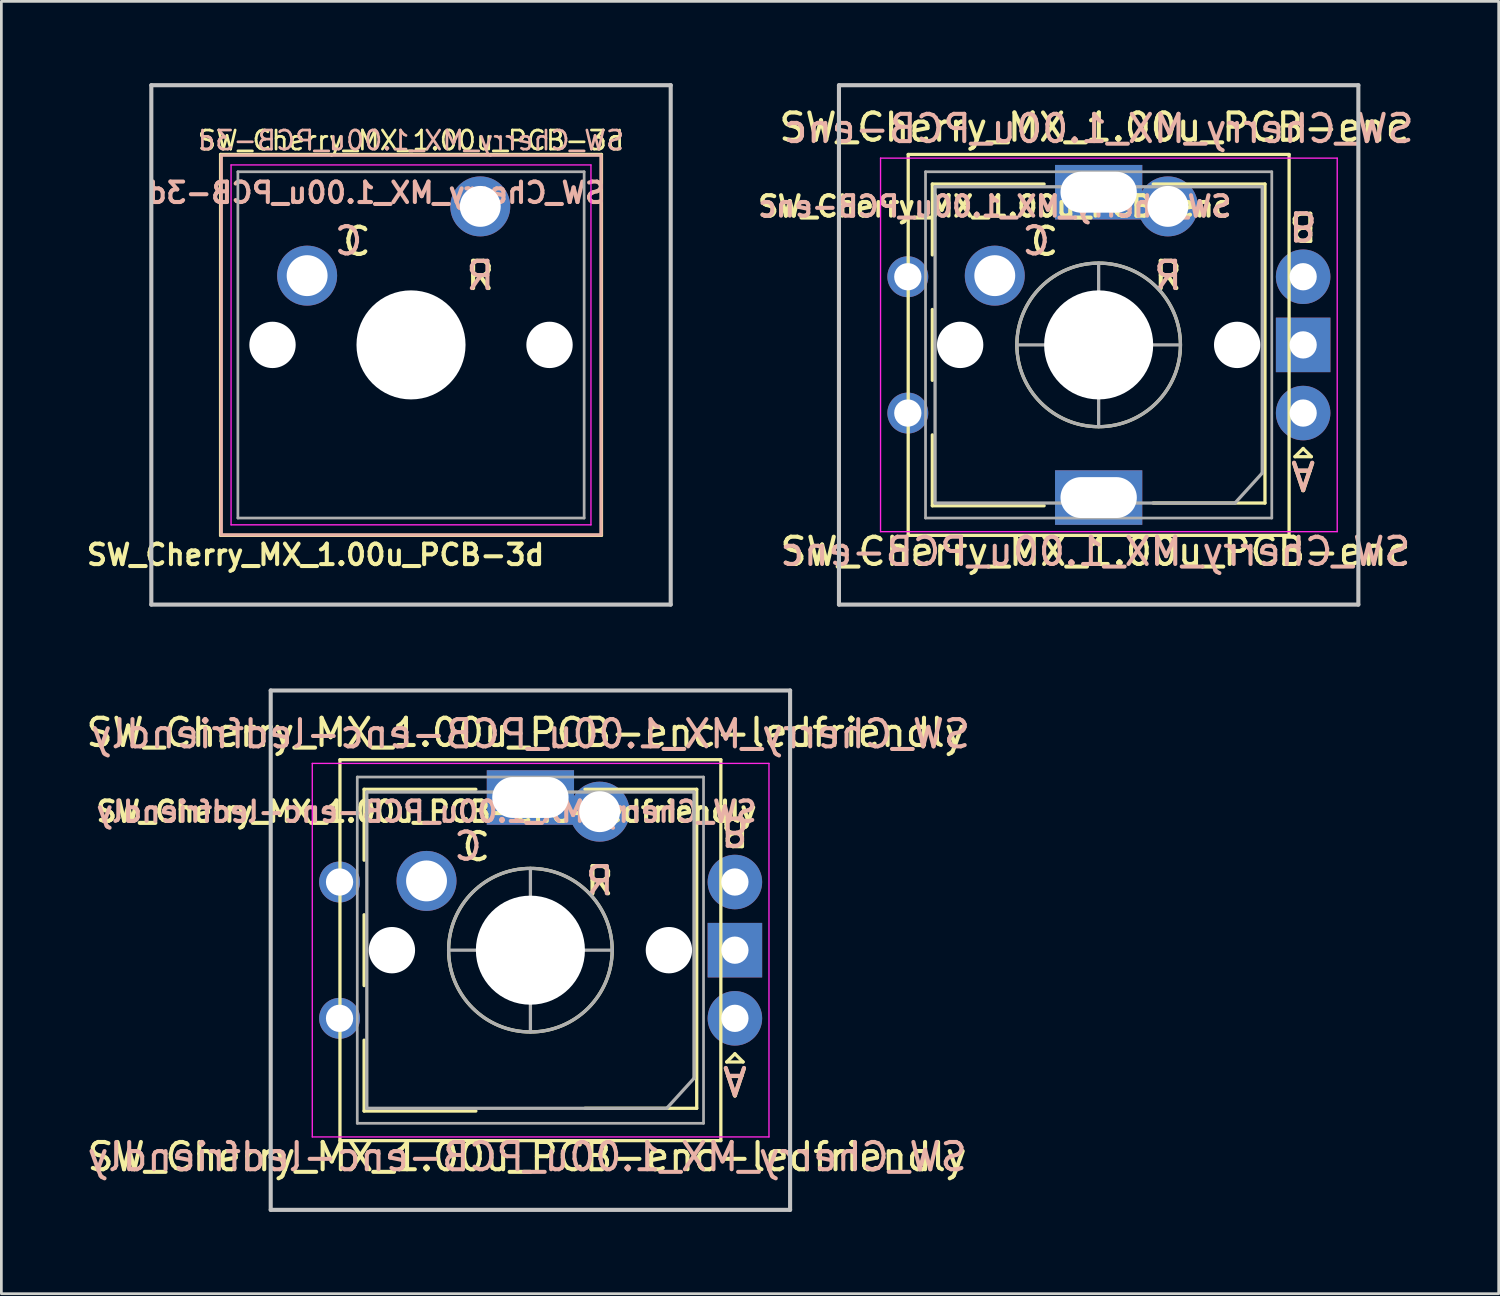
<source format=kicad_pcb>
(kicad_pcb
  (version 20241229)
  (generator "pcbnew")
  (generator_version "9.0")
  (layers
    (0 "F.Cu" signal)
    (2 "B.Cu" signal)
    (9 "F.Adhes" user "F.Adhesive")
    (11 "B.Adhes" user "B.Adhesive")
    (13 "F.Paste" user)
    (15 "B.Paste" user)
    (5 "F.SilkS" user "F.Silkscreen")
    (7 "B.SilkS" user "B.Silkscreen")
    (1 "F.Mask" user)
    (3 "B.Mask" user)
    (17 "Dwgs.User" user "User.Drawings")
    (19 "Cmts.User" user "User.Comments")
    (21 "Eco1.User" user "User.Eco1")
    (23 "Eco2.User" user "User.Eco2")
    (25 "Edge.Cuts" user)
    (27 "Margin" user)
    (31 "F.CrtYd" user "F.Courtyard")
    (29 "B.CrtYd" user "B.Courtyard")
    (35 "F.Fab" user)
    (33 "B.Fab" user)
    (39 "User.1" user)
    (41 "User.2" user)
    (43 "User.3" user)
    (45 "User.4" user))
  (footprint "SW_Cherry_MX_1.00u_PCB-enc-ledfriendly"
    (layer "F.Cu")
    (at 16.404 31.8)
    (property "Reference" "SW_Cherry_MX_1.00u_PCB-enc-ledfriendly" (at -0.16 -7.98 0) (layer "F.SilkS") (effects (font (size 1 1) (thickness 0.15))))
    (property "Value" "${REFERENCE}" (at 0 7.874 0) (layer "F.Fab") (hide yes) (effects (font (size 1 1) (thickness 0.15))))
    (attr through_hole)
    (fp_line (start -6.985 -6.985) (end 6.985 -6.985) (stroke (width 0.12) (type solid)) (layer "F.SilkS"))
    (fp_line (start -6.985 6.985) (end -6.985 -6.985) (stroke (width 0.12) (type solid)) (layer "F.SilkS"))
    (fp_line (start -6.1 -5.9) (end -2 -5.9) (stroke (width 0.12) (type solid)) (layer "F.SilkS"))
    (fp_line (start -6.1 -3.3) (end -6.1 -5.9) (stroke (width 0.12) (type solid)) (layer "F.SilkS"))
    (fp_line (start -6.1 1.3) (end -6.1 -1.3) (stroke (width 0.12) (type solid)) (layer "F.SilkS"))
    (fp_line (start -6.1 5.9) (end -6.1 3.3) (stroke (width 0.12) (type solid)) (layer "F.SilkS"))
    (fp_line (start -2 5.9) (end -6.1 5.9) (stroke (width 0.12) (type solid)) (layer "F.SilkS"))
    (fp_line (start 0 0.5) (end 0 -0.5) (stroke (width 0.12) (type solid)) (layer "F.SilkS"))
    (fp_line (start 0.5 0) (end -0.5 0) (stroke (width 0.12) (type solid)) (layer "F.SilkS"))
    (fp_line (start 2 -5.9) (end 6.1 -5.9) (stroke (width 0.12) (type solid)) (layer "F.SilkS"))
    (fp_line (start 2 5.8) (end 6.1 5.8) (stroke (width 0.12) (type solid)) (layer "F.SilkS"))
    (fp_line (start 6.1 5.8) (end 6.1 -5.9) (stroke (width 0.12) (type solid)) (layer "F.SilkS"))
    (fp_line (start 6.985 -6.985) (end 6.985 6.985) (stroke (width 0.12) (type solid)) (layer "F.SilkS"))
    (fp_line (start 6.985 6.985) (end -6.985 6.985) (stroke (width 0.12) (type solid)) (layer "F.SilkS"))
    (fp_line (start 7.2 4.1) (end 7.5 3.8) (stroke (width 0.12) (type solid)) (layer "F.SilkS"))
    (fp_line (start 7.5 3.8) (end 7.8 4.1) (stroke (width 0.12) (type solid)) (layer "F.SilkS"))
    (fp_line (start 7.8 4.1) (end 7.2 4.1) (stroke (width 0.12) (type solid)) (layer "F.SilkS"))
    (fp_circle (center 0 0) (end -3 0) (stroke (width 0.12) (type solid)) (fill no) (layer "F.SilkS"))
    (fp_line (start -9.525 -9.525) (end 9.525 -9.525) (stroke (width 0.15) (type solid)) (layer "Dwgs.User"))
    (fp_line (start -9.525 9.525) (end -9.525 -9.525) (stroke (width 0.15) (type solid)) (layer "Dwgs.User"))
    (fp_line (start 9.525 -9.525) (end 9.525 9.525) (stroke (width 0.15) (type solid)) (layer "Dwgs.User"))
    (fp_line (start 9.525 9.525) (end -9.525 9.525) (stroke (width 0.15) (type solid)) (layer "Dwgs.User"))
    (fp_line (start -8 -6.85) (end -8 6.85) (stroke (width 0.05) (type solid)) (layer "F.CrtYd"))
    (fp_line (start -8 -6.85) (end 8.75 -6.85) (stroke (width 0.05) (type solid)) (layer "F.CrtYd"))
    (fp_line (start 8.75 6.85) (end -8 6.85) (stroke (width 0.05) (type solid)) (layer "F.CrtYd"))
    (fp_line (start 8.75 6.85) (end 8.75 -6.85) (stroke (width 0.05) (type solid)) (layer "F.CrtYd"))
    (fp_line (start -6.35 -6.35) (end 6.35 -6.35) (stroke (width 0.1) (type solid)) (layer "F.Fab"))
    (fp_line (start -6.35 6.35) (end -6.35 -6.35) (stroke (width 0.1) (type solid)) (layer "F.Fab"))
    (fp_line (start -6 -5.8) (end 6 -5.8) (stroke (width 0.12) (type solid)) (layer "F.Fab"))
    (fp_line (start -6 5.8) (end -6 -5.8) (stroke (width 0.12) (type solid)) (layer "F.Fab"))
    (fp_line (start 0 3) (end 0 -3) (stroke (width 0.12) (type solid)) (layer "F.Fab"))
    (fp_line (start 3 0) (end -3 0) (stroke (width 0.12) (type solid)) (layer "F.Fab"))
    (fp_line (start 5 5.8) (end -6 5.8) (stroke (width 0.12) (type solid)) (layer "F.Fab"))
    (fp_line (start 6 -5.8) (end 6 4.7) (stroke (width 0.12) (type solid)) (layer "F.Fab"))
    (fp_line (start 6 4.7) (end 5 5.8) (stroke (width 0.12) (type solid)) (layer "F.Fab"))
    (fp_line (start 6.35 -6.35) (end 6.35 6.35) (stroke (width 0.1) (type solid)) (layer "F.Fab"))
    (fp_line (start 6.35 6.35) (end -6.35 6.35) (stroke (width 0.1) (type solid)) (layer "F.Fab"))
    (fp_circle (center 0 0) (end -3 0) (stroke (width 0.12) (type solid)) (fill no) (layer "F.Fab"))
    (fp_text user "${VALUE}" (at -3.81 -5.08 0) (unlocked yes) (layer "F.SilkS") (effects (font (size 0.75 0.75) (thickness 0.15))))
    (fp_text user "R" (at 2.54 -2.54 0) (unlocked yes) (layer "F.SilkS") (effects (font (size 1 1) (thickness 0.15))))
    (fp_text user "${VALUE}" (at -0.12 7.58 0) (layer "F.SilkS") (effects (font (size 1 1) (thickness 0.15))))
    (fp_text user "B" (at 7.5 -4.358 180) (unlocked yes) (layer "F.SilkS") (effects (font (size 1 1) (thickness 0.15))))
    (fp_text user "C" (at -1.986 -3.791 0) (unlocked yes) (layer "F.SilkS") (effects (font (size 1 1) (thickness 0.15))))
    (fp_text user "A" (at 7.5 4.786 180) (unlocked yes) (layer "F.SilkS") (effects (font (size 1 1) (thickness 0.15))))
    (fp_text user "B" (at 7.5 -4.375 180) (unlocked yes) (layer "B.SilkS") (effects (font (size 1 1) (thickness 0.15)) (justify mirror)))
    (fp_text user "${REFERENCE}" (at 0 -7.93 0) (unlocked yes) (layer "B.SilkS") (effects (font (size 1 1) (thickness 0.15)) (justify mirror)))
    (fp_text user "C" (at -2.29 -3.81 0) (unlocked yes) (layer "B.SilkS") (effects (font (size 1 1) (thickness 0.15)) (justify mirror)))
    (fp_text user "${VALUE}" (at -0.12 7.58 0) (layer "B.SilkS") (effects (font (size 1 1) (thickness 0.15)) (justify mirror)))
    (fp_text user "${VALUE}" (at -3.81 -5.08 0) (unlocked yes) (layer "B.SilkS") (effects (font (size 0.75 0.75) (thickness 0.15)) (justify mirror)))
    (fp_text user "A" (at 7.5 4.775 180) (unlocked yes) (layer "B.SilkS") (effects (font (size 1 1) (thickness 0.15)) (justify mirror)))
    (fp_text user "R" (at 2.54 -2.54 0) (unlocked yes) (layer "B.SilkS") (effects (font (size 1 1) (thickness 0.15)) (justify mirror)))
    (pad "" np_thru_hole circle (at -5.08 0) (size 1.7 1.7) (drill 1.7) (layers "*.Cu" "*.Mask"))
    (pad "" np_thru_hole circle (at 0 0) (size 4 4) (drill 4) (layers "*.Cu" "*.Mask"))
    (pad "" np_thru_hole circle (at 5.08 0) (size 1.7 1.7) (drill 1.7) (layers "*.Cu" "*.Mask"))
    (pad "1" thru_hole circle (at -7 2.5 180) (size 1.5 1.5) (drill 1) (layers "*.Cu" "*.Mask"))
    (pad "1" thru_hole rect (at 0 -5.6 180) (size 3.2 2) (drill oval 2.8 1.5) (layers "*.Cu" "*.Mask"))
    (pad "1" thru_hole circle (at 2.54 -5.08) (size 2.2 2.2) (drill 1.5) (layers "*.Cu" "*.Mask"))
    (pad "2" thru_hole circle (at -7 -2.5 180) (size 1.5 1.5) (drill 1) (layers "*.Cu" "*.Mask"))
    (pad "2" thru_hole circle (at -3.81 -2.54) (size 2.2 2.2) (drill 1.5) (layers "*.Cu" "*.Mask"))
    (pad "A" thru_hole circle (at 7.5 2.5 180) (size 2 2) (drill 1) (layers "*.Cu" "*.Mask"))
    (pad "B" thru_hole circle (at 7.5 -2.5 180) (size 2 2) (drill 1) (layers "*.Cu" "*.Mask"))
    (pad "C" thru_hole rect (at 7.5 0 180) (size 2 2) (drill 1) (layers "*.Cu" "*.Mask")))
  (footprint "SW_Cherry_MX_1.00u_PCB-3d"
    (layer "F.Cu")
    (at 12.025 9.6)
    (property "Reference" "SW_Cherry_MX_1.00u_PCB-3d" (at 0 -7.5 0) (layer "F.SilkS") (effects (font (size 0.7 0.7) (thickness 0.1))))
    (property "Value" "${REFERENCE}" (at 0 7.874 0) (layer "F.Fab") (hide yes) (effects (font (size 1 1) (thickness 0.15))))
    (attr through_hole)
    (fp_line (start -6.985 -6.985) (end 6.985 -6.985) (stroke (width 0.12) (type solid)) (layer "F.SilkS"))
    (fp_line (start -6.985 6.985) (end -6.985 -6.985) (stroke (width 0.12) (type solid)) (layer "F.SilkS"))
    (fp_line (start 6.985 -6.985) (end 6.985 6.985) (stroke (width 0.12) (type solid)) (layer "F.SilkS"))
    (fp_line (start 6.985 6.985) (end -6.985 6.985) (stroke (width 0.12) (type solid)) (layer "F.SilkS"))
    (fp_rect (start -6.96 -6.96) (end 6.97 6.97) (stroke (width 0.12) (type solid)) (fill no) (layer "B.SilkS"))
    (fp_line (start -9.525 -9.525) (end 9.525 -9.525) (stroke (width 0.15) (type solid)) (layer "Dwgs.User"))
    (fp_line (start -9.525 9.525) (end -9.525 -9.525) (stroke (width 0.15) (type solid)) (layer "Dwgs.User"))
    (fp_line (start 9.525 -9.525) (end 9.525 9.525) (stroke (width 0.15) (type solid)) (layer "Dwgs.User"))
    (fp_line (start 9.525 9.525) (end -9.525 9.525) (stroke (width 0.15) (type solid)) (layer "Dwgs.User"))
    (fp_line (start -6.6 -6.6) (end 6.6 -6.6) (stroke (width 0.05) (type solid)) (layer "F.CrtYd"))
    (fp_line (start -6.6 6.6) (end -6.6 -6.6) (stroke (width 0.05) (type solid)) (layer "F.CrtYd"))
    (fp_line (start 6.6 -6.6) (end 6.6 6.6) (stroke (width 0.05) (type solid)) (layer "F.CrtYd"))
    (fp_line (start 6.6 6.6) (end -6.6 6.6) (stroke (width 0.05) (type solid)) (layer "F.CrtYd"))
    (fp_line (start -6.35 -6.35) (end 6.35 -6.35) (stroke (width 0.1) (type solid)) (layer "F.Fab"))
    (fp_line (start -6.35 6.35) (end -6.35 -6.35) (stroke (width 0.1) (type solid)) (layer "F.Fab"))
    (fp_line (start 6.35 -6.35) (end 6.35 6.35) (stroke (width 0.1) (type solid)) (layer "F.Fab"))
    (fp_line (start 6.35 6.35) (end -6.35 6.35) (stroke (width 0.1) (type solid)) (layer "F.Fab"))
    (fp_text user "${VALUE}" (at -3.5 7.7 0) (unlocked yes) (layer "F.SilkS") (effects (font (size 0.75 0.75) (thickness 0.15))))
    (fp_text user "R" (at 2.54 -2.54 0) (unlocked yes) (layer "F.SilkS") (effects (font (size 1 1) (thickness 0.15))))
    (fp_text user "C" (at -1.986 -3.791 0) (unlocked yes) (layer "F.SilkS") (effects (font (size 1 1) (thickness 0.15))))
    (fp_text user "${VALUE}" (at -1.27 -5.58 0) (unlocked yes) (layer "B.SilkS") (effects (font (size 0.75 0.75) (thickness 0.15)) (justify mirror)))
    (fp_text user "${REFERENCE}" (at 0 -7.5 0) (unlocked yes) (layer "B.SilkS") (effects (font (size 0.7 0.7) (thickness 0.1)) (justify mirror)))
    (fp_text user "R" (at 2.54 -2.54 0) (unlocked yes) (layer "B.SilkS") (effects (font (size 1 1) (thickness 0.15)) (justify mirror)))
    (fp_text user "C" (at -2.29 -3.81 0) (unlocked yes) (layer "B.SilkS") (effects (font (size 1 1) (thickness 0.15)) (justify mirror)))
    (pad "" np_thru_hole circle (at -5.08 0) (size 1.7 1.7) (drill 1.7) (layers "*.Cu" "*.Mask"))
    (pad "" np_thru_hole circle (at 0 0) (size 4 4) (drill 4) (layers "*.Cu" "*.Mask"))
    (pad "" np_thru_hole circle (at 5.08 0) (size 1.7 1.7) (drill 1.7) (layers "*.Cu" "*.Mask"))
    (pad "1" thru_hole circle (at 2.54 -5.08) (size 2.2 2.2) (drill 1.5) (layers "*.Cu" "*.Mask"))
    (pad "2" thru_hole circle (at -3.81 -2.54) (size 2.2 2.2) (drill 1.5) (layers "*.Cu" "*.Mask")))
  (footprint "SW_Cherry_MX_1.00u_PCB-enc"
    (layer "F.Cu")
    (at 37.246 9.6)
    (property "Reference" "SW_Cherry_MX_1.00u_PCB-enc" (at -0.16 -7.98 0) (layer "F.SilkS") (effects (font (size 1 1) (thickness 0.15))))
    (property "Value" "${REFERENCE}" (at 0 7.874 0) (layer "F.Fab") (hide yes) (effects (font (size 1 1) (thickness 0.15))))
    (attr through_hole)
    (fp_line (start -6.985 -6.985) (end 6.985 -6.985) (stroke (width 0.12) (type solid)) (layer "F.SilkS"))
    (fp_line (start -6.985 6.985) (end -6.985 -6.985) (stroke (width 0.12) (type solid)) (layer "F.SilkS"))
    (fp_line (start -6.1 -5.9) (end -2 -5.9) (stroke (width 0.12) (type solid)) (layer "F.SilkS"))
    (fp_line (start -6.1 -3.3) (end -6.1 -5.9) (stroke (width 0.12) (type solid)) (layer "F.SilkS"))
    (fp_line (start -6.1 1.3) (end -6.1 -1.3) (stroke (width 0.12) (type solid)) (layer "F.SilkS"))
    (fp_line (start -6.1 5.9) (end -6.1 3.3) (stroke (width 0.12) (type solid)) (layer "F.SilkS"))
    (fp_line (start -2 5.9) (end -6.1 5.9) (stroke (width 0.12) (type solid)) (layer "F.SilkS"))
    (fp_line (start 0 0.5) (end 0 -0.5) (stroke (width 0.12) (type solid)) (layer "F.SilkS"))
    (fp_line (start 0.5 0) (end -0.5 0) (stroke (width 0.12) (type solid)) (layer "F.SilkS"))
    (fp_line (start 2 -5.9) (end 6.1 -5.9) (stroke (width 0.12) (type solid)) (layer "F.SilkS"))
    (fp_line (start 2 5.8) (end 6.1 5.8) (stroke (width 0.12) (type solid)) (layer "F.SilkS"))
    (fp_line (start 6.1 5.8) (end 6.1 -5.9) (stroke (width 0.12) (type solid)) (layer "F.SilkS"))
    (fp_line (start 6.985 -6.985) (end 6.985 6.985) (stroke (width 0.12) (type solid)) (layer "F.SilkS"))
    (fp_line (start 6.985 6.985) (end -6.985 6.985) (stroke (width 0.12) (type solid)) (layer "F.SilkS"))
    (fp_line (start 7.2 4.1) (end 7.5 3.8) (stroke (width 0.12) (type solid)) (layer "F.SilkS"))
    (fp_line (start 7.5 3.8) (end 7.8 4.1) (stroke (width 0.12) (type solid)) (layer "F.SilkS"))
    (fp_line (start 7.8 4.1) (end 7.2 4.1) (stroke (width 0.12) (type solid)) (layer "F.SilkS"))
    (fp_circle (center 0 0) (end -3 0) (stroke (width 0.12) (type solid)) (fill no) (layer "F.SilkS"))
    (fp_line (start -9.525 -9.525) (end 9.525 -9.525) (stroke (width 0.15) (type solid)) (layer "Dwgs.User"))
    (fp_line (start -9.525 9.525) (end -9.525 -9.525) (stroke (width 0.15) (type solid)) (layer "Dwgs.User"))
    (fp_line (start 9.525 -9.525) (end 9.525 9.525) (stroke (width 0.15) (type solid)) (layer "Dwgs.User"))
    (fp_line (start 9.525 9.525) (end -9.525 9.525) (stroke (width 0.15) (type solid)) (layer "Dwgs.User"))
    (fp_line (start -8 -6.85) (end -8 6.85) (stroke (width 0.05) (type solid)) (layer "F.CrtYd"))
    (fp_line (start -8 -6.85) (end 8.75 -6.85) (stroke (width 0.05) (type solid)) (layer "F.CrtYd"))
    (fp_line (start 8.75 6.85) (end -8 6.85) (stroke (width 0.05) (type solid)) (layer "F.CrtYd"))
    (fp_line (start 8.75 6.85) (end 8.75 -6.85) (stroke (width 0.05) (type solid)) (layer "F.CrtYd"))
    (fp_line (start -6.35 -6.35) (end 6.35 -6.35) (stroke (width 0.1) (type solid)) (layer "F.Fab"))
    (fp_line (start -6.35 6.35) (end -6.35 -6.35) (stroke (width 0.1) (type solid)) (layer "F.Fab"))
    (fp_line (start -6 -5.8) (end 6 -5.8) (stroke (width 0.12) (type solid)) (layer "F.Fab"))
    (fp_line (start -6 5.8) (end -6 -5.8) (stroke (width 0.12) (type solid)) (layer "F.Fab"))
    (fp_line (start 0 3) (end 0 -3) (stroke (width 0.12) (type solid)) (layer "F.Fab"))
    (fp_line (start 3 0) (end -3 0) (stroke (width 0.12) (type solid)) (layer "F.Fab"))
    (fp_line (start 5 5.8) (end -6 5.8) (stroke (width 0.12) (type solid)) (layer "F.Fab"))
    (fp_line (start 6 -5.8) (end 6 4.7) (stroke (width 0.12) (type solid)) (layer "F.Fab"))
    (fp_line (start 6 4.7) (end 5 5.8) (stroke (width 0.12) (type solid)) (layer "F.Fab"))
    (fp_line (start 6.35 -6.35) (end 6.35 6.35) (stroke (width 0.1) (type solid)) (layer "F.Fab"))
    (fp_line (start 6.35 6.35) (end -6.35 6.35) (stroke (width 0.1) (type solid)) (layer "F.Fab"))
    (fp_circle (center 0 0) (end -3 0) (stroke (width 0.12) (type solid)) (fill no) (layer "F.Fab"))
    (fp_text user "C" (at -1.986 -3.791 0) (unlocked yes) (layer "F.SilkS") (effects (font (size 1 1) (thickness 0.15))))
    (fp_text user "${VALUE}" (at -0.12 7.58 0) (layer "F.SilkS") (effects (font (size 1 1) (thickness 0.15))))
    (fp_text user "A" (at 7.5 4.786 180) (unlocked yes) (layer "F.SilkS") (effects (font (size 1 1) (thickness 0.15))))
    (fp_text user "${VALUE}" (at -3.81 -5.08 0) (unlocked yes) (layer "F.SilkS") (effects (font (size 0.75 0.75) (thickness 0.15))))
    (fp_text user "R" (at 2.54 -2.54 0) (unlocked yes) (layer "F.SilkS") (effects (font (size 1 1) (thickness 0.15))))
    (fp_text user "B" (at 7.5 -4.358 180) (unlocked yes) (layer "F.SilkS") (effects (font (size 1 1) (thickness 0.15))))
    (fp_text user "${VALUE}" (at -0.12 7.58 0) (layer "B.SilkS") (effects (font (size 1 1) (thickness 0.15)) (justify mirror)))
    (fp_text user "A" (at 7.5 4.775 180) (unlocked yes) (layer "B.SilkS") (effects (font (size 1 1) (thickness 0.15)) (justify mirror)))
    (fp_text user "R" (at 2.54 -2.54 0) (unlocked yes) (layer "B.SilkS") (effects (font (size 1 1) (thickness 0.15)) (justify mirror)))
    (fp_text user "B" (at 7.5 -4.375 180) (unlocked yes) (layer "B.SilkS") (effects (font (size 1 1) (thickness 0.15)) (justify mirror)))
    (fp_text user "${VALUE}" (at -3.81 -5.08 0) (unlocked yes) (layer "B.SilkS") (effects (font (size 0.75 0.75) (thickness 0.15)) (justify mirror)))
    (fp_text user "C" (at -2.29 -3.81 0) (unlocked yes) (layer "B.SilkS") (effects (font (size 1 1) (thickness 0.15)) (justify mirror)))
    (fp_text user "${REFERENCE}" (at 0 -7.93 0) (unlocked yes) (layer "B.SilkS") (effects (font (size 1 1) (thickness 0.15)) (justify mirror)))
    (pad "" np_thru_hole circle (at -5.08 0) (size 1.7 1.7) (drill 1.7) (layers "*.Cu" "*.Mask"))
    (pad "" thru_hole rect (at 0 -5.6 180) (size 3.2 2) (drill oval 2.8 1.5) (layers "*.Cu" "*.Mask"))
    (pad "" np_thru_hole circle (at 0 0) (size 4 4) (drill 4) (layers "*.Cu" "*.Mask"))
    (pad "" thru_hole rect (at 0 5.6 180) (size 3.2 2) (drill oval 2.8 1.5) (layers "*.Cu" "*.Mask"))
    (pad "" np_thru_hole circle (at 5.08 0) (size 1.7 1.7) (drill 1.7) (layers "*.Cu" "*.Mask"))
    (pad "1" thru_hole circle (at -7 2.5 180) (size 1.5 1.5) (drill 1) (layers "*.Cu" "*.Mask"))
    (pad "1" thru_hole circle (at 2.54 -5.08) (size 2.2 2.2) (drill 1.5) (layers "*.Cu" "*.Mask"))
    (pad "2" thru_hole circle (at -7 -2.5 180) (size 1.5 1.5) (drill 1) (layers "*.Cu" "*.Mask"))
    (pad "2" thru_hole circle (at -3.81 -2.54) (size 2.2 2.2) (drill 1.5) (layers "*.Cu" "*.Mask"))
    (pad "A" thru_hole circle (at 7.5 2.5 180) (size 2 2) (drill 1) (layers "*.Cu" "*.Mask"))
    (pad "B" thru_hole circle (at 7.5 -2.5 180) (size 2 2) (drill 1) (layers "*.Cu" "*.Mask"))
    (pad "C" thru_hole rect (at 7.5 0 180) (size 2 2) (drill 1) (layers "*.Cu" "*.Mask")))
  (gr_rect
    (start -3 -3)
    (end 51.918 44.4)
    (stroke (width 0.1) (type default))
    (fill no)
    (layer "Edge.Cuts")))
</source>
